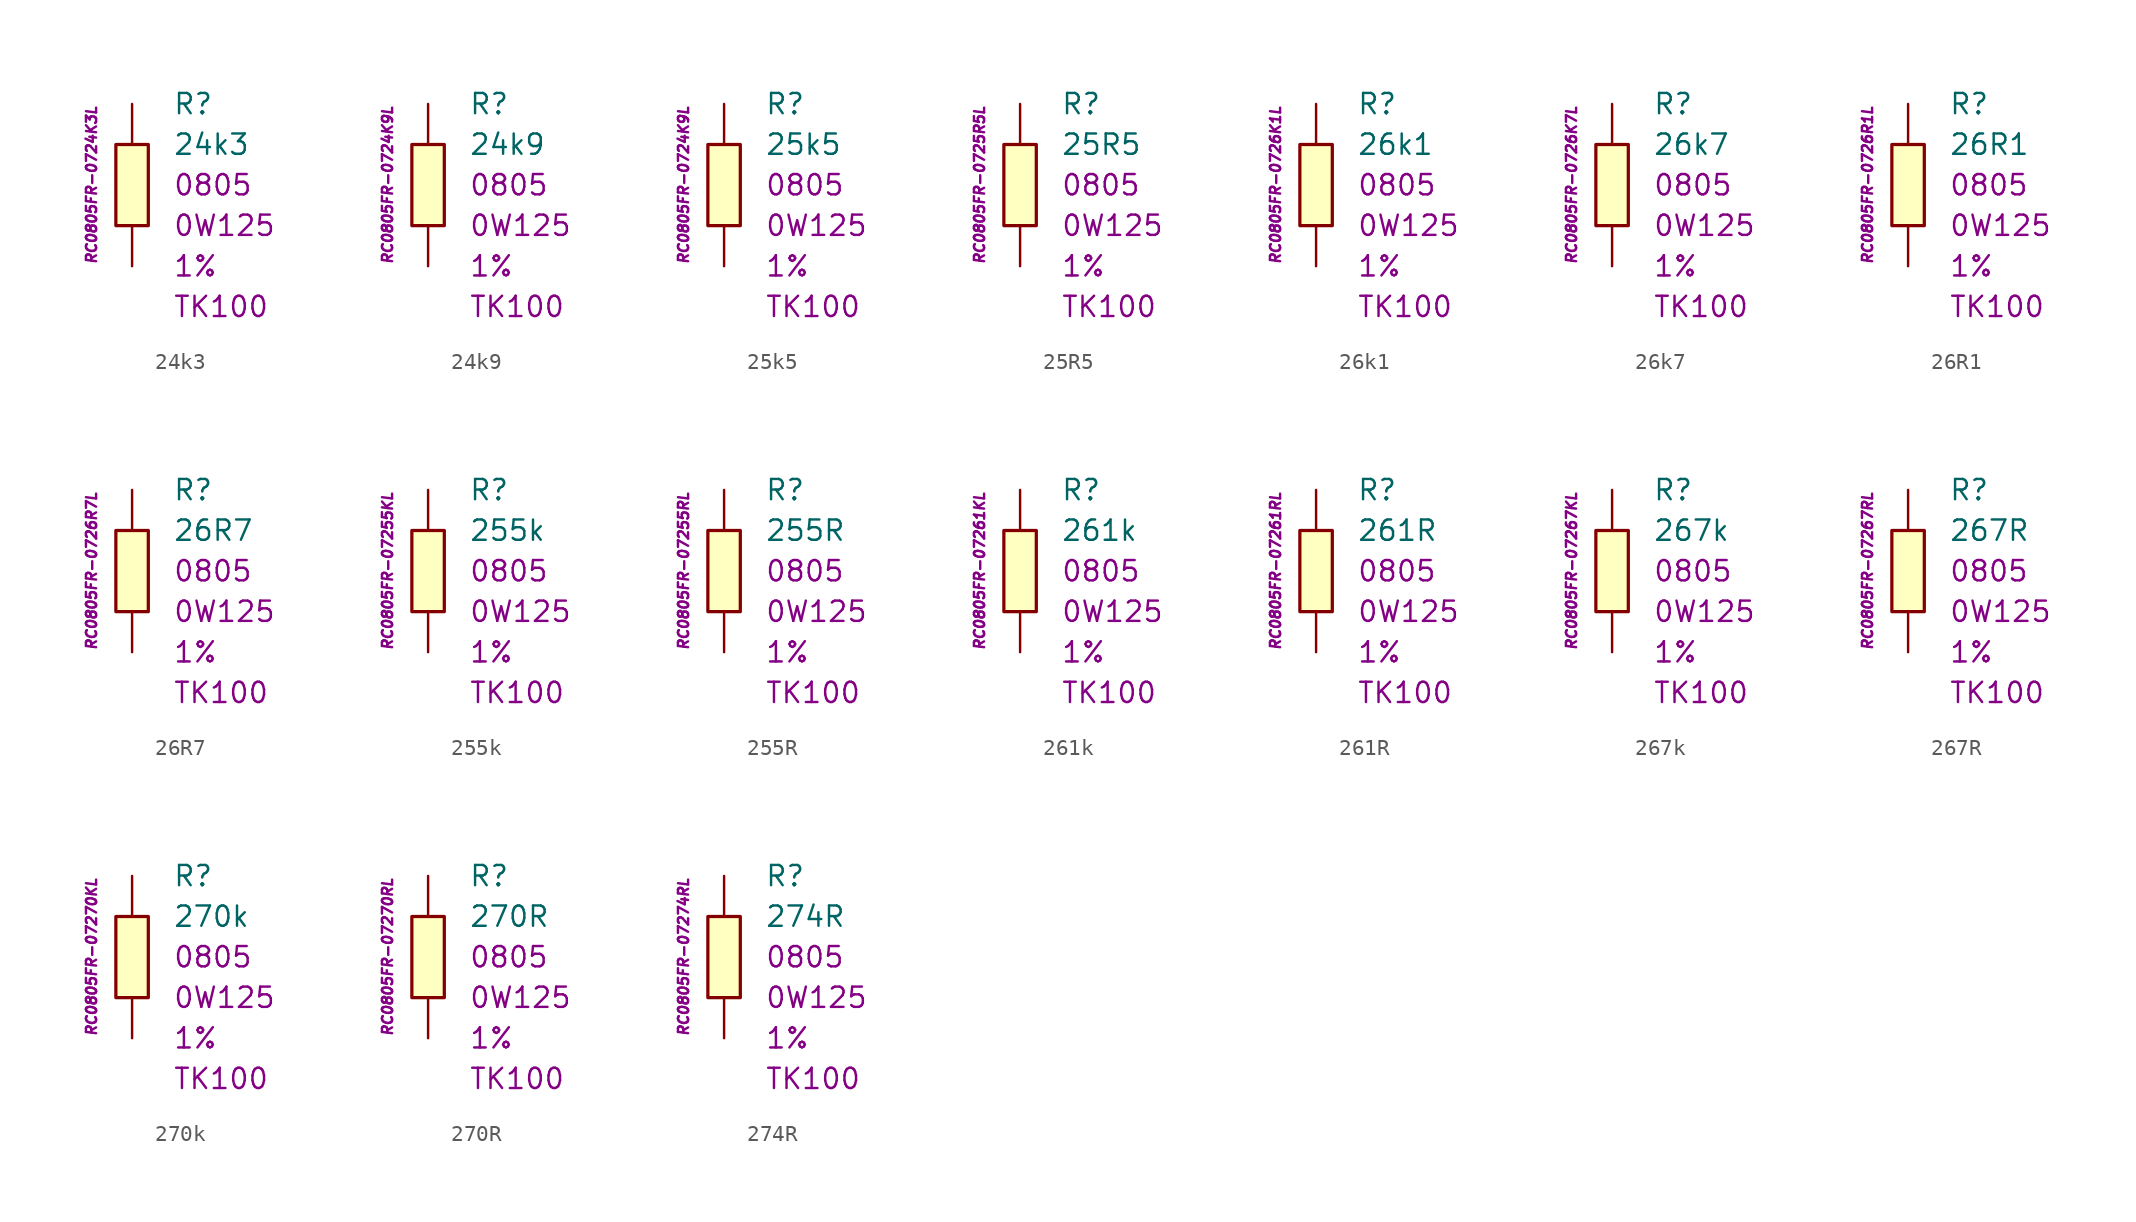
<source format=kicad_sym>
(kicad_symbol_lib
  (version 20201005)
  (generator kicad_symbol_editor)
  (symbol "24k3"
    (pin_numbers hide)
    (pin_names
      (offset 1.016) hide)
    (property "Reference" "R"
      (at 2.54 5.08 0)
      (effects (font (size 1.27 1.27)) (justify left)))
    (property "Value" "24k3"
      (at 2.54 2.54 0)
      (effects (font (size 1.27 1.27)) (justify left)))
    (property "Package" "0805"
      (at 2.54 0 0)
      (effects (font (size 1.27 1.27)) (justify left)))
    (property "Power" "0W125"
      (at 2.54 -2.54 0)
      (effects (font (size 1.27 1.27)) (justify left)))
    (property "Tolerance" "1%"
      (at 2.54 -5.08 0)
      (effects (font (size 1.27 1.27)) (justify left)))
    (property "TK" "TK100"
      (at 2.54 -7.62 0)
      (effects (font (size 1.27 1.27)) (justify left)))
    (property "ID" "RC0805FR-0724K3L"
      (at -2.54 0 90)
      (effects (font (size 0.635 0.635) italic)))
    (symbol "24k3_0_1"
      (rectangle (start -1.016 2.54) (end 1.016 -2.54) (stroke (width 0.203)) (fill (type background))))
    (symbol "24k3_1_1"
      (pin passive line (at 0 5.08 270) (length 2.54) (name "~" (effects (font (size 1.778 1.778)))) (number "1" (effects (font (size 1.778 1.778)))))
      (pin passive line (at 0 -5.08 90) (length 2.54) (name "~" (effects (font (size 1.778 1.778)))) (number "2" (effects (font (size 1.778 1.778)))))))
  (symbol "24k9"
    (pin_numbers hide)
    (pin_names
      (offset 1.016) hide)
    (property "Reference" "R"
      (at 2.54 5.08 0)
      (effects (font (size 1.27 1.27)) (justify left)))
    (property "Value" "24k9"
      (at 2.54 2.54 0)
      (effects (font (size 1.27 1.27)) (justify left)))
    (property "Package" "0805"
      (at 2.54 0 0)
      (effects (font (size 1.27 1.27)) (justify left)))
    (property "Power" "0W125"
      (at 2.54 -2.54 0)
      (effects (font (size 1.27 1.27)) (justify left)))
    (property "Tolerance" "1%"
      (at 2.54 -5.08 0)
      (effects (font (size 1.27 1.27)) (justify left)))
    (property "TK" "TK100"
      (at 2.54 -7.62 0)
      (effects (font (size 1.27 1.27)) (justify left)))
    (property "ID" "RC0805FR-0724K9L"
      (at -2.54 0 90)
      (effects (font (size 0.635 0.635) italic)))
    (symbol "24k9_0_1"
      (rectangle (start -1.016 2.54) (end 1.016 -2.54) (stroke (width 0.203)) (fill (type background))))
    (symbol "24k9_1_1"
      (pin passive line (at 0 5.08 270) (length 2.54) (name "~" (effects (font (size 1.778 1.778)))) (number "1" (effects (font (size 1.778 1.778)))))
      (pin passive line (at 0 -5.08 90) (length 2.54) (name "~" (effects (font (size 1.778 1.778)))) (number "2" (effects (font (size 1.778 1.778)))))))
  (symbol "25k5"
    (pin_numbers hide)
    (pin_names
      (offset 1.016) hide)
    (property "Reference" "R"
      (at 2.54 5.08 0)
      (effects (font (size 1.27 1.27)) (justify left)))
    (property "Value" "25k5"
      (at 2.54 2.54 0)
      (effects (font (size 1.27 1.27)) (justify left)))
    (property "Package" "0805"
      (at 2.54 0 0)
      (effects (font (size 1.27 1.27)) (justify left)))
    (property "Power" "0W125"
      (at 2.54 -2.54 0)
      (effects (font (size 1.27 1.27)) (justify left)))
    (property "Tolerance" "1%"
      (at 2.54 -5.08 0)
      (effects (font (size 1.27 1.27)) (justify left)))
    (property "TK" "TK100"
      (at 2.54 -7.62 0)
      (effects (font (size 1.27 1.27)) (justify left)))
    (property "ID" "RC0805FR-0724K9L"
      (at -2.54 0 90)
      (effects (font (size 0.635 0.635) italic)))
    (symbol "25k5_0_1"
      (rectangle (start -1.016 2.54) (end 1.016 -2.54) (stroke (width 0.203)) (fill (type background))))
    (symbol "25k5_1_1"
      (pin passive line (at 0 5.08 270) (length 2.54) (name "~" (effects (font (size 1.778 1.778)))) (number "1" (effects (font (size 1.778 1.778)))))
      (pin passive line (at 0 -5.08 90) (length 2.54) (name "~" (effects (font (size 1.778 1.778)))) (number "2" (effects (font (size 1.778 1.778)))))))
  (symbol "25R5"
    (pin_numbers hide)
    (pin_names
      (offset 1.016) hide)
    (property "Reference" "R"
      (at 2.54 5.08 0)
      (effects (font (size 1.27 1.27)) (justify left)))
    (property "Value" "25R5"
      (at 2.54 2.54 0)
      (effects (font (size 1.27 1.27)) (justify left)))
    (property "Package" "0805"
      (at 2.54 0 0)
      (effects (font (size 1.27 1.27)) (justify left)))
    (property "Power" "0W125"
      (at 2.54 -2.54 0)
      (effects (font (size 1.27 1.27)) (justify left)))
    (property "Tolerance" "1%"
      (at 2.54 -5.08 0)
      (effects (font (size 1.27 1.27)) (justify left)))
    (property "TK" "TK100"
      (at 2.54 -7.62 0)
      (effects (font (size 1.27 1.27)) (justify left)))
    (property "ID" "RC0805FR-0725R5L"
      (at -2.54 0 90)
      (effects (font (size 0.635 0.635) italic)))
    (symbol "25R5_0_1"
      (rectangle (start -1.016 2.54) (end 1.016 -2.54) (stroke (width 0.203)) (fill (type background))))
    (symbol "25R5_1_1"
      (pin passive line (at 0 5.08 270) (length 2.54) (name "~" (effects (font (size 1.778 1.778)))) (number "1" (effects (font (size 1.778 1.778)))))
      (pin passive line (at 0 -5.08 90) (length 2.54) (name "~" (effects (font (size 1.778 1.778)))) (number "2" (effects (font (size 1.778 1.778)))))))
  (symbol "26k1"
    (pin_numbers hide)
    (pin_names
      (offset 1.016) hide)
    (property "Reference" "R"
      (at 2.54 5.08 0)
      (effects (font (size 1.27 1.27)) (justify left)))
    (property "Value" "26k1"
      (at 2.54 2.54 0)
      (effects (font (size 1.27 1.27)) (justify left)))
    (property "Package" "0805"
      (at 2.54 0 0)
      (effects (font (size 1.27 1.27)) (justify left)))
    (property "Power" "0W125"
      (at 2.54 -2.54 0)
      (effects (font (size 1.27 1.27)) (justify left)))
    (property "Tolerance" "1%"
      (at 2.54 -5.08 0)
      (effects (font (size 1.27 1.27)) (justify left)))
    (property "TK" "TK100"
      (at 2.54 -7.62 0)
      (effects (font (size 1.27 1.27)) (justify left)))
    (property "ID" "RC0805FR-0726K1L"
      (at -2.54 0 90)
      (effects (font (size 0.635 0.635) italic)))
    (symbol "26k1_0_1"
      (rectangle (start -1.016 2.54) (end 1.016 -2.54) (stroke (width 0.203)) (fill (type background))))
    (symbol "26k1_1_1"
      (pin passive line (at 0 5.08 270) (length 2.54) (name "~" (effects (font (size 1.778 1.778)))) (number "1" (effects (font (size 1.778 1.778)))))
      (pin passive line (at 0 -5.08 90) (length 2.54) (name "~" (effects (font (size 1.778 1.778)))) (number "2" (effects (font (size 1.778 1.778)))))))
  (symbol "26k7"
    (pin_numbers hide)
    (pin_names
      (offset 1.016) hide)
    (property "Reference" "R"
      (at 2.54 5.08 0)
      (effects (font (size 1.27 1.27)) (justify left)))
    (property "Value" "26k7"
      (at 2.54 2.54 0)
      (effects (font (size 1.27 1.27)) (justify left)))
    (property "Package" "0805"
      (at 2.54 0 0)
      (effects (font (size 1.27 1.27)) (justify left)))
    (property "Power" "0W125"
      (at 2.54 -2.54 0)
      (effects (font (size 1.27 1.27)) (justify left)))
    (property "Tolerance" "1%"
      (at 2.54 -5.08 0)
      (effects (font (size 1.27 1.27)) (justify left)))
    (property "TK" "TK100"
      (at 2.54 -7.62 0)
      (effects (font (size 1.27 1.27)) (justify left)))
    (property "ID" "RC0805FR-0726K7L"
      (at -2.54 0 90)
      (effects (font (size 0.635 0.635) italic)))
    (symbol "26k7_0_1"
      (rectangle (start -1.016 2.54) (end 1.016 -2.54) (stroke (width 0.203)) (fill (type background))))
    (symbol "26k7_1_1"
      (pin passive line (at 0 5.08 270) (length 2.54) (name "~" (effects (font (size 1.778 1.778)))) (number "1" (effects (font (size 1.778 1.778)))))
      (pin passive line (at 0 -5.08 90) (length 2.54) (name "~" (effects (font (size 1.778 1.778)))) (number "2" (effects (font (size 1.778 1.778)))))))
  (symbol "26R1"
    (pin_numbers hide)
    (pin_names
      (offset 1.016) hide)
    (property "Reference" "R"
      (at 2.54 5.08 0)
      (effects (font (size 1.27 1.27)) (justify left)))
    (property "Value" "26R1"
      (at 2.54 2.54 0)
      (effects (font (size 1.27 1.27)) (justify left)))
    (property "Package" "0805"
      (at 2.54 0 0)
      (effects (font (size 1.27 1.27)) (justify left)))
    (property "Power" "0W125"
      (at 2.54 -2.54 0)
      (effects (font (size 1.27 1.27)) (justify left)))
    (property "Tolerance" "1%"
      (at 2.54 -5.08 0)
      (effects (font (size 1.27 1.27)) (justify left)))
    (property "TK" "TK100"
      (at 2.54 -7.62 0)
      (effects (font (size 1.27 1.27)) (justify left)))
    (property "ID" "RC0805FR-0726R1L"
      (at -2.54 0 90)
      (effects (font (size 0.635 0.635) italic)))
    (symbol "26R1_0_1"
      (rectangle (start -1.016 2.54) (end 1.016 -2.54) (stroke (width 0.203)) (fill (type background))))
    (symbol "26R1_1_1"
      (pin passive line (at 0 5.08 270) (length 2.54) (name "~" (effects (font (size 1.778 1.778)))) (number "1" (effects (font (size 1.778 1.778)))))
      (pin passive line (at 0 -5.08 90) (length 2.54) (name "~" (effects (font (size 1.778 1.778)))) (number "2" (effects (font (size 1.778 1.778)))))))
  (symbol "26R7"
    (pin_numbers hide)
    (pin_names
      (offset 1.016) hide)
    (property "Reference" "R"
      (at 2.54 5.08 0)
      (effects (font (size 1.27 1.27)) (justify left)))
    (property "Value" "26R7"
      (at 2.54 2.54 0)
      (effects (font (size 1.27 1.27)) (justify left)))
    (property "Package" "0805"
      (at 2.54 0 0)
      (effects (font (size 1.27 1.27)) (justify left)))
    (property "Power" "0W125"
      (at 2.54 -2.54 0)
      (effects (font (size 1.27 1.27)) (justify left)))
    (property "Tolerance" "1%"
      (at 2.54 -5.08 0)
      (effects (font (size 1.27 1.27)) (justify left)))
    (property "TK" "TK100"
      (at 2.54 -7.62 0)
      (effects (font (size 1.27 1.27)) (justify left)))
    (property "ID" "RC0805FR-0726R7L"
      (at -2.54 0 90)
      (effects (font (size 0.635 0.635) italic)))
    (symbol "26R7_0_1"
      (rectangle (start -1.016 2.54) (end 1.016 -2.54) (stroke (width 0.203)) (fill (type background))))
    (symbol "26R7_1_1"
      (pin passive line (at 0 5.08 270) (length 2.54) (name "~" (effects (font (size 1.778 1.778)))) (number "1" (effects (font (size 1.778 1.778)))))
      (pin passive line (at 0 -5.08 90) (length 2.54) (name "~" (effects (font (size 1.778 1.778)))) (number "2" (effects (font (size 1.778 1.778)))))))
  (symbol "255k"
    (pin_numbers hide)
    (pin_names
      (offset 1.016) hide)
    (property "Reference" "R"
      (at 2.54 5.08 0)
      (effects (font (size 1.27 1.27)) (justify left)))
    (property "Value" "255k"
      (at 2.54 2.54 0)
      (effects (font (size 1.27 1.27)) (justify left)))
    (property "Package" "0805"
      (at 2.54 0 0)
      (effects (font (size 1.27 1.27)) (justify left)))
    (property "Power" "0W125"
      (at 2.54 -2.54 0)
      (effects (font (size 1.27 1.27)) (justify left)))
    (property "Tolerance" "1%"
      (at 2.54 -5.08 0)
      (effects (font (size 1.27 1.27)) (justify left)))
    (property "TK" "TK100"
      (at 2.54 -7.62 0)
      (effects (font (size 1.27 1.27)) (justify left)))
    (property "ID" "RC0805FR-07255KL"
      (at -2.54 0 90)
      (effects (font (size 0.635 0.635) italic)))
    (symbol "255k_0_1"
      (rectangle (start -1.016 2.54) (end 1.016 -2.54) (stroke (width 0.203)) (fill (type background))))
    (symbol "255k_1_1"
      (pin passive line (at 0 5.08 270) (length 2.54) (name "~" (effects (font (size 1.778 1.778)))) (number "1" (effects (font (size 1.778 1.778)))))
      (pin passive line (at 0 -5.08 90) (length 2.54) (name "~" (effects (font (size 1.778 1.778)))) (number "2" (effects (font (size 1.778 1.778)))))))
  (symbol "255R"
    (pin_numbers hide)
    (pin_names
      (offset 1.016) hide)
    (property "Reference" "R"
      (at 2.54 5.08 0)
      (effects (font (size 1.27 1.27)) (justify left)))
    (property "Value" "255R"
      (at 2.54 2.54 0)
      (effects (font (size 1.27 1.27)) (justify left)))
    (property "Package" "0805"
      (at 2.54 0 0)
      (effects (font (size 1.27 1.27)) (justify left)))
    (property "Power" "0W125"
      (at 2.54 -2.54 0)
      (effects (font (size 1.27 1.27)) (justify left)))
    (property "Tolerance" "1%"
      (at 2.54 -5.08 0)
      (effects (font (size 1.27 1.27)) (justify left)))
    (property "TK" "TK100"
      (at 2.54 -7.62 0)
      (effects (font (size 1.27 1.27)) (justify left)))
    (property "ID" "RC0805FR-07255RL"
      (at -2.54 0 90)
      (effects (font (size 0.635 0.635) italic)))
    (symbol "255R_0_1"
      (rectangle (start -1.016 2.54) (end 1.016 -2.54) (stroke (width 0.203)) (fill (type background))))
    (symbol "255R_1_1"
      (pin passive line (at 0 5.08 270) (length 2.54) (name "~" (effects (font (size 1.778 1.778)))) (number "1" (effects (font (size 1.778 1.778)))))
      (pin passive line (at 0 -5.08 90) (length 2.54) (name "~" (effects (font (size 1.778 1.778)))) (number "2" (effects (font (size 1.778 1.778)))))))
  (symbol "261k"
    (pin_numbers hide)
    (pin_names
      (offset 1.016) hide)
    (property "Reference" "R"
      (at 2.54 5.08 0)
      (effects (font (size 1.27 1.27)) (justify left)))
    (property "Value" "261k"
      (at 2.54 2.54 0)
      (effects (font (size 1.27 1.27)) (justify left)))
    (property "Package" "0805"
      (at 2.54 0 0)
      (effects (font (size 1.27 1.27)) (justify left)))
    (property "Power" "0W125"
      (at 2.54 -2.54 0)
      (effects (font (size 1.27 1.27)) (justify left)))
    (property "Tolerance" "1%"
      (at 2.54 -5.08 0)
      (effects (font (size 1.27 1.27)) (justify left)))
    (property "TK" "TK100"
      (at 2.54 -7.62 0)
      (effects (font (size 1.27 1.27)) (justify left)))
    (property "ID" "RC0805FR-07261KL"
      (at -2.54 0 90)
      (effects (font (size 0.635 0.635) italic)))
    (symbol "261k_0_1"
      (rectangle (start -1.016 2.54) (end 1.016 -2.54) (stroke (width 0.203)) (fill (type background))))
    (symbol "261k_1_1"
      (pin passive line (at 0 5.08 270) (length 2.54) (name "~" (effects (font (size 1.778 1.778)))) (number "1" (effects (font (size 1.778 1.778)))))
      (pin passive line (at 0 -5.08 90) (length 2.54) (name "~" (effects (font (size 1.778 1.778)))) (number "2" (effects (font (size 1.778 1.778)))))))
  (symbol "261R"
    (pin_numbers hide)
    (pin_names
      (offset 1.016) hide)
    (property "Reference" "R"
      (at 2.54 5.08 0)
      (effects (font (size 1.27 1.27)) (justify left)))
    (property "Value" "261R"
      (at 2.54 2.54 0)
      (effects (font (size 1.27 1.27)) (justify left)))
    (property "Package" "0805"
      (at 2.54 0 0)
      (effects (font (size 1.27 1.27)) (justify left)))
    (property "Power" "0W125"
      (at 2.54 -2.54 0)
      (effects (font (size 1.27 1.27)) (justify left)))
    (property "Tolerance" "1%"
      (at 2.54 -5.08 0)
      (effects (font (size 1.27 1.27)) (justify left)))
    (property "TK" "TK100"
      (at 2.54 -7.62 0)
      (effects (font (size 1.27 1.27)) (justify left)))
    (property "ID" "RC0805FR-07261RL"
      (at -2.54 0 90)
      (effects (font (size 0.635 0.635) italic)))
    (symbol "261R_0_1"
      (rectangle (start -1.016 2.54) (end 1.016 -2.54) (stroke (width 0.203)) (fill (type background))))
    (symbol "261R_1_1"
      (pin passive line (at 0 5.08 270) (length 2.54) (name "~" (effects (font (size 1.778 1.778)))) (number "1" (effects (font (size 1.778 1.778)))))
      (pin passive line (at 0 -5.08 90) (length 2.54) (name "~" (effects (font (size 1.778 1.778)))) (number "2" (effects (font (size 1.778 1.778)))))))
  (symbol "267k"
    (pin_numbers hide)
    (pin_names
      (offset 1.016) hide)
    (property "Reference" "R"
      (at 2.54 5.08 0)
      (effects (font (size 1.27 1.27)) (justify left)))
    (property "Value" "267k"
      (at 2.54 2.54 0)
      (effects (font (size 1.27 1.27)) (justify left)))
    (property "Package" "0805"
      (at 2.54 0 0)
      (effects (font (size 1.27 1.27)) (justify left)))
    (property "Power" "0W125"
      (at 2.54 -2.54 0)
      (effects (font (size 1.27 1.27)) (justify left)))
    (property "Tolerance" "1%"
      (at 2.54 -5.08 0)
      (effects (font (size 1.27 1.27)) (justify left)))
    (property "TK" "TK100"
      (at 2.54 -7.62 0)
      (effects (font (size 1.27 1.27)) (justify left)))
    (property "ID" "RC0805FR-07267KL"
      (at -2.54 0 90)
      (effects (font (size 0.635 0.635) italic)))
    (symbol "267k_0_1"
      (rectangle (start -1.016 2.54) (end 1.016 -2.54) (stroke (width 0.203)) (fill (type background))))
    (symbol "267k_1_1"
      (pin passive line (at 0 5.08 270) (length 2.54) (name "~" (effects (font (size 1.778 1.778)))) (number "1" (effects (font (size 1.778 1.778)))))
      (pin passive line (at 0 -5.08 90) (length 2.54) (name "~" (effects (font (size 1.778 1.778)))) (number "2" (effects (font (size 1.778 1.778)))))))
  (symbol "267R"
    (pin_numbers hide)
    (pin_names
      (offset 1.016) hide)
    (property "Reference" "R"
      (at 2.54 5.08 0)
      (effects (font (size 1.27 1.27)) (justify left)))
    (property "Value" "267R"
      (at 2.54 2.54 0)
      (effects (font (size 1.27 1.27)) (justify left)))
    (property "Package" "0805"
      (at 2.54 0 0)
      (effects (font (size 1.27 1.27)) (justify left)))
    (property "Power" "0W125"
      (at 2.54 -2.54 0)
      (effects (font (size 1.27 1.27)) (justify left)))
    (property "Tolerance" "1%"
      (at 2.54 -5.08 0)
      (effects (font (size 1.27 1.27)) (justify left)))
    (property "TK" "TK100"
      (at 2.54 -7.62 0)
      (effects (font (size 1.27 1.27)) (justify left)))
    (property "ID" "RC0805FR-07267RL"
      (at -2.54 0 90)
      (effects (font (size 0.635 0.635) italic)))
    (symbol "267R_0_1"
      (rectangle (start -1.016 2.54) (end 1.016 -2.54) (stroke (width 0.203)) (fill (type background))))
    (symbol "267R_1_1"
      (pin passive line (at 0 5.08 270) (length 2.54) (name "~" (effects (font (size 1.778 1.778)))) (number "1" (effects (font (size 1.778 1.778)))))
      (pin passive line (at 0 -5.08 90) (length 2.54) (name "~" (effects (font (size 1.778 1.778)))) (number "2" (effects (font (size 1.778 1.778)))))))
  (symbol "270k"
    (pin_numbers hide)
    (pin_names
      (offset 1.016) hide)
    (property "Reference" "R"
      (at 2.54 5.08 0)
      (effects (font (size 1.27 1.27)) (justify left)))
    (property "Value" "270k"
      (at 2.54 2.54 0)
      (effects (font (size 1.27 1.27)) (justify left)))
    (property "Package" "0805"
      (at 2.54 0 0)
      (effects (font (size 1.27 1.27)) (justify left)))
    (property "Power" "0W125"
      (at 2.54 -2.54 0)
      (effects (font (size 1.27 1.27)) (justify left)))
    (property "Tolerance" "1%"
      (at 2.54 -5.08 0)
      (effects (font (size 1.27 1.27)) (justify left)))
    (property "TK" "TK100"
      (at 2.54 -7.62 0)
      (effects (font (size 1.27 1.27)) (justify left)))
    (property "ID" "RC0805FR-07270KL"
      (at -2.54 0 90)
      (effects (font (size 0.635 0.635) italic)))
    (symbol "270k_0_1"
      (rectangle (start -1.016 2.54) (end 1.016 -2.54) (stroke (width 0.203)) (fill (type background))))
    (symbol "270k_1_1"
      (pin passive line (at 0 5.08 270) (length 2.54) (name "~" (effects (font (size 1.778 1.778)))) (number "1" (effects (font (size 1.778 1.778)))))
      (pin passive line (at 0 -5.08 90) (length 2.54) (name "~" (effects (font (size 1.778 1.778)))) (number "2" (effects (font (size 1.778 1.778)))))))
  (symbol "270R"
    (pin_numbers hide)
    (pin_names
      (offset 1.016) hide)
    (property "Reference" "R"
      (at 2.54 5.08 0)
      (effects (font (size 1.27 1.27)) (justify left)))
    (property "Value" "270R"
      (at 2.54 2.54 0)
      (effects (font (size 1.27 1.27)) (justify left)))
    (property "Package" "0805"
      (at 2.54 0 0)
      (effects (font (size 1.27 1.27)) (justify left)))
    (property "Power" "0W125"
      (at 2.54 -2.54 0)
      (effects (font (size 1.27 1.27)) (justify left)))
    (property "Tolerance" "1%"
      (at 2.54 -5.08 0)
      (effects (font (size 1.27 1.27)) (justify left)))
    (property "TK" "TK100"
      (at 2.54 -7.62 0)
      (effects (font (size 1.27 1.27)) (justify left)))
    (property "ID" "RC0805FR-07270RL"
      (at -2.54 0 90)
      (effects (font (size 0.635 0.635) italic)))
    (symbol "270R_0_1"
      (rectangle (start -1.016 2.54) (end 1.016 -2.54) (stroke (width 0.203)) (fill (type background))))
    (symbol "270R_1_1"
      (pin passive line (at 0 5.08 270) (length 2.54) (name "~" (effects (font (size 1.778 1.778)))) (number "1" (effects (font (size 1.778 1.778)))))
      (pin passive line (at 0 -5.08 90) (length 2.54) (name "~" (effects (font (size 1.778 1.778)))) (number "2" (effects (font (size 1.778 1.778)))))))
  (symbol "274R"
    (pin_numbers hide)
    (pin_names
      (offset 1.016) hide)
    (property "Reference" "R"
      (at 2.54 5.08 0)
      (effects (font (size 1.27 1.27)) (justify left)))
    (property "Value" "274R"
      (at 2.54 2.54 0)
      (effects (font (size 1.27 1.27)) (justify left)))
    (property "Package" "0805"
      (at 2.54 0 0)
      (effects (font (size 1.27 1.27)) (justify left)))
    (property "Power" "0W125"
      (at 2.54 -2.54 0)
      (effects (font (size 1.27 1.27)) (justify left)))
    (property "Tolerance" "1%"
      (at 2.54 -5.08 0)
      (effects (font (size 1.27 1.27)) (justify left)))
    (property "TK" "TK100"
      (at 2.54 -7.62 0)
      (effects (font (size 1.27 1.27)) (justify left)))
    (property "ID" "RC0805FR-07274RL"
      (at -2.54 0 90)
      (effects (font (size 0.635 0.635) italic)))
    (symbol "274R_0_1"
      (rectangle (start -1.016 2.54) (end 1.016 -2.54) (stroke (width 0.203)) (fill (type background))))
    (symbol "274R_1_1"
      (pin passive line (at 0 5.08 270) (length 2.54) (name "~" (effects (font (size 1.778 1.778)))) (number "1" (effects (font (size 1.778 1.778)))))
      (pin passive line (at 0 -5.08 90) (length 2.54) (name "~" (effects (font (size 1.778 1.778)))) (number "2" (effects (font (size 1.778 1.778))))))))
</source>
